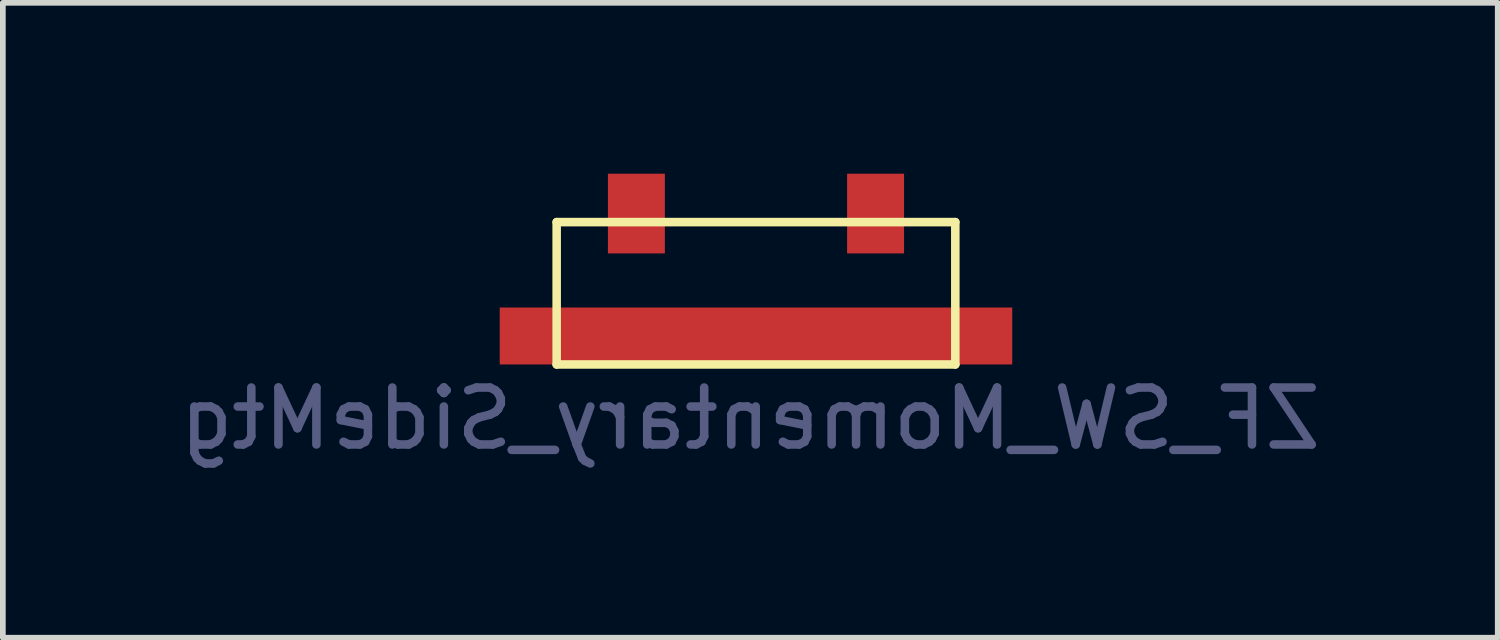
<source format=kicad_pcb>
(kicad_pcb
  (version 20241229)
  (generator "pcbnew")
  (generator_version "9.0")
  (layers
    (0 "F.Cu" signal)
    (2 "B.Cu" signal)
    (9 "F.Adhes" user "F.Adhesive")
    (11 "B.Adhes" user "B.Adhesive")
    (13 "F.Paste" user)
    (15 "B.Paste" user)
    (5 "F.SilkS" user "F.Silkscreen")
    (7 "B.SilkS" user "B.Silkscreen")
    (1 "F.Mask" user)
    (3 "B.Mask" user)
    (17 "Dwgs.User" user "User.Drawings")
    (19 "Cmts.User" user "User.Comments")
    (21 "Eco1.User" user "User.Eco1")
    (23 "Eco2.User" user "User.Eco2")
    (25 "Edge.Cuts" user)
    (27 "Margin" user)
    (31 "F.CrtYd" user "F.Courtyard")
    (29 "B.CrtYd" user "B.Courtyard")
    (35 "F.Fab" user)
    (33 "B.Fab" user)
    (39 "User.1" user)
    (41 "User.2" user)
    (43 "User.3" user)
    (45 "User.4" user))
  (footprint "ZF_SW_Momentary_SideMtg"
    (layer "F.Cu")
    (at 10.225 3.35)
    (property "Reference" "ZF_SW_Momentary_SideMtg" (at -0.1 0.95 0) (layer "B.Fab") (effects (font (size 1 1) (thickness 0.15)) (justify mirror)))
    (attr smd)
    (fp_line (start -3.5 -2.5) (end -3.5 0) (stroke (width 0.15) (type solid)) (layer "F.SilkS"))
    (fp_line (start -3.5 0) (end 3.5 0) (stroke (width 0.15) (type solid)) (layer "F.SilkS"))
    (fp_line (start 3.5 -2.5) (end -3.5 -2.5) (stroke (width 0.15) (type solid)) (layer "F.SilkS"))
    (fp_line (start 3.5 0) (end 3.5 -2.5) (stroke (width 0.15) (type solid)) (layer "F.SilkS"))
    (pad "" smd rect (at 0 -0.5) (size 9 1) (layers "F.Cu" "F.Mask" "F.Paste"))
    (pad "1" smd rect (at -2.1 -2.65) (size 1 1.4) (layers "F.Cu" "F.Mask" "F.Paste"))
    (pad "2" smd rect (at 2.1 -2.65) (size 1 1.4) (layers "F.Cu" "F.Mask" "F.Paste")))
  (gr_rect
    (start -3 -3)
    (end 23.25 8.148)
    (stroke (width 0.1) (type default))
    (fill no)
    (layer "Edge.Cuts")))
</source>
